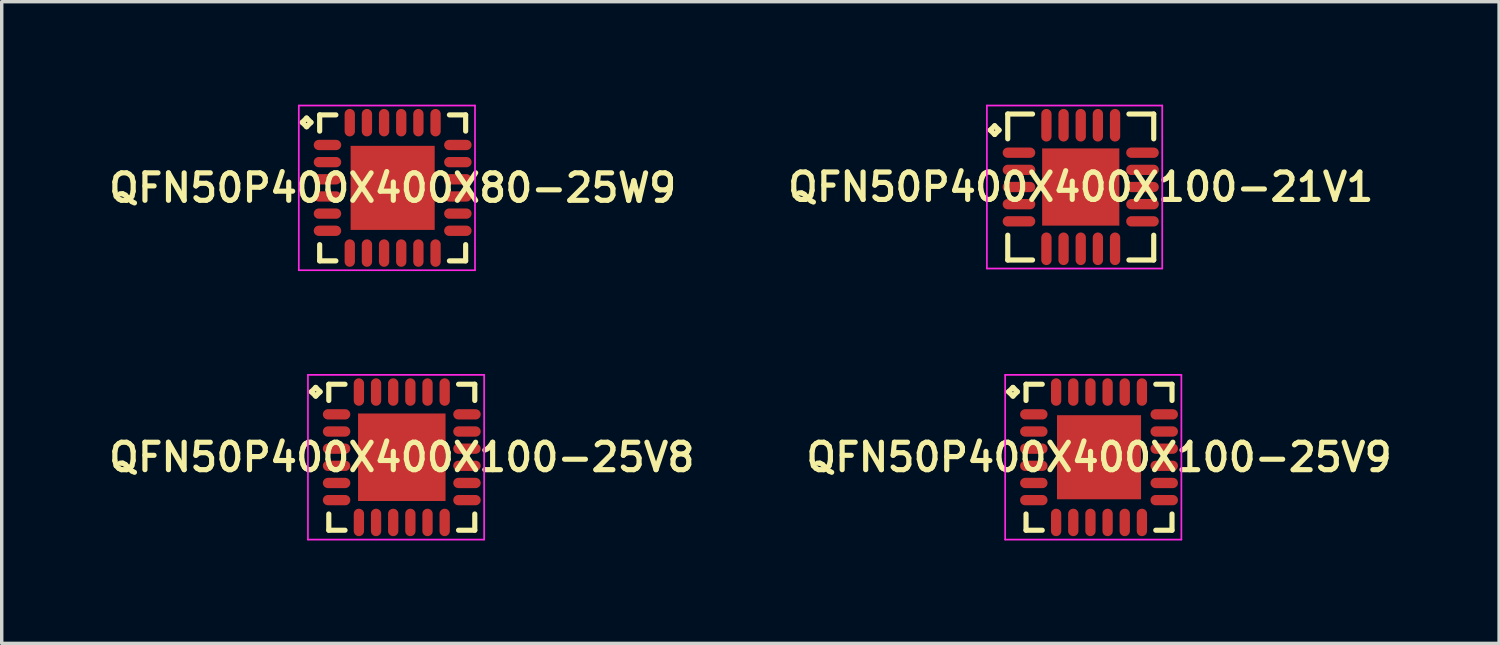
<source format=kicad_pcb>
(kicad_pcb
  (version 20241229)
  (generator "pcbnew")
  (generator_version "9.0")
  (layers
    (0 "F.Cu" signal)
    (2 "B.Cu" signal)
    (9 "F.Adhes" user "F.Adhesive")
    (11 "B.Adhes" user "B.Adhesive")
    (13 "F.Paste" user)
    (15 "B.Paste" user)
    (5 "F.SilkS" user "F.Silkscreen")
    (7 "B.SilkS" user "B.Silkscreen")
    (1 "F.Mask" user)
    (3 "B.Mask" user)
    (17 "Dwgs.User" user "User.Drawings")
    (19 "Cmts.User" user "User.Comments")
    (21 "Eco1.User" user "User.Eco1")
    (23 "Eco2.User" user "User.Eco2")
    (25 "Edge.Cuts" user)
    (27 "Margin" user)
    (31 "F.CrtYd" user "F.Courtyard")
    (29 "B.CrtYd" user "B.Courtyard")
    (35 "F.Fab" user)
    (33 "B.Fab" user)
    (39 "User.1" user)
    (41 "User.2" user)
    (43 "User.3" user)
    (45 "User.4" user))
  (footprint "QFN50P400X400X80-25W9"
    (layer "F.Cu")
    (at 8.393 2.425)
    (property "Reference" "QFN50P400X400X80-25W9" (at 0 0 0) (layer "F.SilkS") (effects (font (size 0.8 0.8) (thickness 0.15))))
    (attr smd)
    (fp_line (start -2.635 -1.908) (end -2.508 -2.035) (stroke (width 0.15) (type solid)) (layer "F.SilkS"))
    (fp_line (start -2.508 -2.035) (end -2.381 -1.908) (stroke (width 0.15) (type solid)) (layer "F.SilkS"))
    (fp_line (start -2.508 -1.781) (end -2.635 -1.908) (stroke (width 0.15) (type solid)) (layer "F.SilkS"))
    (fp_line (start -2.381 -1.908) (end -2.508 -1.781) (stroke (width 0.15) (type solid)) (layer "F.SilkS"))
    (fp_line (start -2.127 -2.127) (end -1.654 -2.127) (stroke (width 0.15) (type solid)) (layer "F.SilkS"))
    (fp_line (start -2.127 -1.654) (end -2.127 -2.127) (stroke (width 0.15) (type solid)) (layer "F.SilkS"))
    (fp_line (start -2.127 1.654) (end -2.127 2.127) (stroke (width 0.15) (type solid)) (layer "F.SilkS"))
    (fp_line (start -2.127 2.127) (end -1.654 2.127) (stroke (width 0.15) (type solid)) (layer "F.SilkS"))
    (fp_line (start 1.654 -2.127) (end 2.127 -2.127) (stroke (width 0.15) (type solid)) (layer "F.SilkS"))
    (fp_line (start 1.654 2.127) (end 2.127 2.127) (stroke (width 0.15) (type solid)) (layer "F.SilkS"))
    (fp_line (start 2.127 -2.127) (end 2.127 -1.654) (stroke (width 0.15) (type solid)) (layer "F.SilkS"))
    (fp_line (start 2.127 2.127) (end 2.127 1.654) (stroke (width 0.15) (type solid)) (layer "F.SilkS"))
    (fp_line (start -2.735 -2.4) (end 2.4 -2.4) (stroke (width 0.05) (type solid)) (layer "F.CrtYd"))
    (fp_line (start -2.735 2.4) (end -2.735 -2.4) (stroke (width 0.05) (type solid)) (layer "F.CrtYd"))
    (fp_line (start 2.4 -2.4) (end 2.4 2.4) (stroke (width 0.05) (type solid)) (layer "F.CrtYd"))
    (fp_line (start 2.4 2.4) (end -2.735 2.4) (stroke (width 0.05) (type solid)) (layer "F.CrtYd"))
    (pad "1" smd oval (at -1.9 -1.25) (size 0.8 0.3) (layers "F.Cu" "F.Mask" "F.Paste"))
    (pad "2" smd oval (at -1.9 -0.75) (size 0.8 0.3) (layers "F.Cu" "F.Mask" "F.Paste"))
    (pad "3" smd oval (at -1.9 -0.25) (size 0.8 0.3) (layers "F.Cu" "F.Mask" "F.Paste"))
    (pad "4" smd oval (at -1.9 0.25) (size 0.8 0.3) (layers "F.Cu" "F.Mask" "F.Paste"))
    (pad "5" smd oval (at -1.9 0.75) (size 0.8 0.3) (layers "F.Cu" "F.Mask" "F.Paste"))
    (pad "6" smd oval (at -1.9 1.25) (size 0.8 0.3) (layers "F.Cu" "F.Mask" "F.Paste"))
    (pad "7" smd oval (at -1.25 1.9) (size 0.3 0.8) (layers "F.Cu" "F.Mask" "F.Paste"))
    (pad "8" smd oval (at -0.75 1.9) (size 0.3 0.8) (layers "F.Cu" "F.Mask" "F.Paste"))
    (pad "9" smd oval (at -0.25 1.9) (size 0.3 0.8) (layers "F.Cu" "F.Mask" "F.Paste"))
    (pad "10" smd oval (at 0.25 1.9) (size 0.3 0.8) (layers "F.Cu" "F.Mask" "F.Paste"))
    (pad "11" smd oval (at 0.75 1.9) (size 0.3 0.8) (layers "F.Cu" "F.Mask" "F.Paste"))
    (pad "12" smd oval (at 1.25 1.9) (size 0.3 0.8) (layers "F.Cu" "F.Mask" "F.Paste"))
    (pad "13" smd oval (at 1.9 1.25) (size 0.8 0.3) (layers "F.Cu" "F.Mask" "F.Paste"))
    (pad "14" smd oval (at 1.9 0.75) (size 0.8 0.3) (layers "F.Cu" "F.Mask" "F.Paste"))
    (pad "15" smd oval (at 1.9 0.25) (size 0.8 0.3) (layers "F.Cu" "F.Mask" "F.Paste"))
    (pad "16" smd oval (at 1.9 -0.25) (size 0.8 0.3) (layers "F.Cu" "F.Mask" "F.Paste"))
    (pad "17" smd oval (at 1.9 -0.75) (size 0.8 0.3) (layers "F.Cu" "F.Mask" "F.Paste"))
    (pad "18" smd oval (at 1.9 -1.25) (size 0.8 0.3) (layers "F.Cu" "F.Mask" "F.Paste"))
    (pad "19" smd oval (at 1.25 -1.9) (size 0.3 0.8) (layers "F.Cu" "F.Mask" "F.Paste"))
    (pad "20" smd oval (at 0.75 -1.9) (size 0.3 0.8) (layers "F.Cu" "F.Mask" "F.Paste"))
    (pad "21" smd oval (at 0.25 -1.9) (size 0.3 0.8) (layers "F.Cu" "F.Mask" "F.Paste"))
    (pad "22" smd oval (at -0.25 -1.9) (size 0.3 0.8) (layers "F.Cu" "F.Mask" "F.Paste"))
    (pad "23" smd oval (at -0.75 -1.9) (size 0.3 0.8) (layers "F.Cu" "F.Mask" "F.Paste"))
    (pad "24" smd oval (at -1.25 -1.9) (size 0.3 0.8) (layers "F.Cu" "F.Mask" "F.Paste"))
    (pad "25" smd rect (at 0 0) (size 2.45 2.45) (layers "F.Cu" "F.Mask" "F.Paste")))
  (footprint "QFN50P400X400X100-25V8"
    (layer "F.Cu")
    (at 8.659 10.275)
    (property "Reference" "QFN50P400X400X100-25V8" (at 0 0 0) (layer "F.SilkS") (effects (font (size 0.8 0.8) (thickness 0.15))))
    (attr smd)
    (fp_line (start -2.635 -1.908) (end -2.508 -2.035) (stroke (width 0.15) (type solid)) (layer "F.SilkS"))
    (fp_line (start -2.508 -2.035) (end -2.381 -1.908) (stroke (width 0.15) (type solid)) (layer "F.SilkS"))
    (fp_line (start -2.508 -1.781) (end -2.635 -1.908) (stroke (width 0.15) (type solid)) (layer "F.SilkS"))
    (fp_line (start -2.381 -1.908) (end -2.508 -1.781) (stroke (width 0.15) (type solid)) (layer "F.SilkS"))
    (fp_line (start -2.127 -2.127) (end -1.654 -2.127) (stroke (width 0.15) (type solid)) (layer "F.SilkS"))
    (fp_line (start -2.127 -1.654) (end -2.127 -2.127) (stroke (width 0.15) (type solid)) (layer "F.SilkS"))
    (fp_line (start -2.127 1.654) (end -2.127 2.127) (stroke (width 0.15) (type solid)) (layer "F.SilkS"))
    (fp_line (start -2.127 2.127) (end -1.654 2.127) (stroke (width 0.15) (type solid)) (layer "F.SilkS"))
    (fp_line (start 1.654 -2.127) (end 2.127 -2.127) (stroke (width 0.15) (type solid)) (layer "F.SilkS"))
    (fp_line (start 1.654 2.127) (end 2.127 2.127) (stroke (width 0.15) (type solid)) (layer "F.SilkS"))
    (fp_line (start 2.127 -2.127) (end 2.127 -1.654) (stroke (width 0.15) (type solid)) (layer "F.SilkS"))
    (fp_line (start 2.127 2.127) (end 2.127 1.654) (stroke (width 0.15) (type solid)) (layer "F.SilkS"))
    (fp_line (start -2.735 -2.4) (end 2.4 -2.4) (stroke (width 0.05) (type solid)) (layer "F.CrtYd"))
    (fp_line (start -2.735 2.4) (end -2.735 -2.4) (stroke (width 0.05) (type solid)) (layer "F.CrtYd"))
    (fp_line (start 2.4 -2.4) (end 2.4 2.4) (stroke (width 0.05) (type solid)) (layer "F.CrtYd"))
    (fp_line (start 2.4 2.4) (end -2.735 2.4) (stroke (width 0.05) (type solid)) (layer "F.CrtYd"))
    (pad "1" smd oval (at -1.9 -1.25) (size 0.8 0.3) (layers "F.Cu" "F.Mask" "F.Paste"))
    (pad "2" smd oval (at -1.9 -0.75) (size 0.8 0.3) (layers "F.Cu" "F.Mask" "F.Paste"))
    (pad "3" smd oval (at -1.9 -0.25) (size 0.8 0.3) (layers "F.Cu" "F.Mask" "F.Paste"))
    (pad "4" smd oval (at -1.9 0.25) (size 0.8 0.3) (layers "F.Cu" "F.Mask" "F.Paste"))
    (pad "5" smd oval (at -1.9 0.75) (size 0.8 0.3) (layers "F.Cu" "F.Mask" "F.Paste"))
    (pad "6" smd oval (at -1.9 1.25) (size 0.8 0.3) (layers "F.Cu" "F.Mask" "F.Paste"))
    (pad "7" smd oval (at -1.25 1.9) (size 0.3 0.8) (layers "F.Cu" "F.Mask" "F.Paste"))
    (pad "8" smd oval (at -0.75 1.9) (size 0.3 0.8) (layers "F.Cu" "F.Mask" "F.Paste"))
    (pad "9" smd oval (at -0.25 1.9) (size 0.3 0.8) (layers "F.Cu" "F.Mask" "F.Paste"))
    (pad "10" smd oval (at 0.25 1.9) (size 0.3 0.8) (layers "F.Cu" "F.Mask" "F.Paste"))
    (pad "11" smd oval (at 0.75 1.9) (size 0.3 0.8) (layers "F.Cu" "F.Mask" "F.Paste"))
    (pad "12" smd oval (at 1.25 1.9) (size 0.3 0.8) (layers "F.Cu" "F.Mask" "F.Paste"))
    (pad "13" smd oval (at 1.9 1.25) (size 0.8 0.3) (layers "F.Cu" "F.Mask" "F.Paste"))
    (pad "14" smd oval (at 1.9 0.75) (size 0.8 0.3) (layers "F.Cu" "F.Mask" "F.Paste"))
    (pad "15" smd oval (at 1.9 0.25) (size 0.8 0.3) (layers "F.Cu" "F.Mask" "F.Paste"))
    (pad "16" smd oval (at 1.9 -0.25) (size 0.8 0.3) (layers "F.Cu" "F.Mask" "F.Paste"))
    (pad "17" smd oval (at 1.9 -0.75) (size 0.8 0.3) (layers "F.Cu" "F.Mask" "F.Paste"))
    (pad "18" smd oval (at 1.9 -1.25) (size 0.8 0.3) (layers "F.Cu" "F.Mask" "F.Paste"))
    (pad "19" smd oval (at 1.25 -1.9) (size 0.3 0.8) (layers "F.Cu" "F.Mask" "F.Paste"))
    (pad "20" smd oval (at 0.75 -1.9) (size 0.3 0.8) (layers "F.Cu" "F.Mask" "F.Paste"))
    (pad "21" smd oval (at 0.25 -1.9) (size 0.3 0.8) (layers "F.Cu" "F.Mask" "F.Paste"))
    (pad "22" smd oval (at -0.25 -1.9) (size 0.3 0.8) (layers "F.Cu" "F.Mask" "F.Paste"))
    (pad "23" smd oval (at -0.75 -1.9) (size 0.3 0.8) (layers "F.Cu" "F.Mask" "F.Paste"))
    (pad "24" smd oval (at -1.25 -1.9) (size 0.3 0.8) (layers "F.Cu" "F.Mask" "F.Paste"))
    (pad "25" smd rect (at 0 0) (size 2.55 2.55) (layers "F.Cu" "F.Mask" "F.Paste")))
  (footprint "QFN50P400X400X100-21V1"
    (layer "F.Cu")
    (at 28.445 2.4)
    (property "Reference" "QFN50P400X400X100-21V1" (at 0 0 0) (layer "F.SilkS") (effects (font (size 0.8 0.8) (thickness 0.15))))
    (attr smd)
    (fp_line (start -2.635 -1.658) (end -2.508 -1.785) (stroke (width 0.15) (type solid)) (layer "F.SilkS"))
    (fp_line (start -2.508 -1.785) (end -2.381 -1.658) (stroke (width 0.15) (type solid)) (layer "F.SilkS"))
    (fp_line (start -2.508 -1.531) (end -2.635 -1.658) (stroke (width 0.15) (type solid)) (layer "F.SilkS"))
    (fp_line (start -2.381 -1.658) (end -2.508 -1.531) (stroke (width 0.15) (type solid)) (layer "F.SilkS"))
    (fp_line (start -2.127 -2.127) (end -1.404 -2.127) (stroke (width 0.15) (type solid)) (layer "F.SilkS"))
    (fp_line (start -2.127 -1.404) (end -2.127 -2.127) (stroke (width 0.15) (type solid)) (layer "F.SilkS"))
    (fp_line (start -2.127 1.404) (end -2.127 2.127) (stroke (width 0.15) (type solid)) (layer "F.SilkS"))
    (fp_line (start -2.127 2.127) (end -1.404 2.127) (stroke (width 0.15) (type solid)) (layer "F.SilkS"))
    (fp_line (start 1.404 -2.127) (end 2.127 -2.127) (stroke (width 0.15) (type solid)) (layer "F.SilkS"))
    (fp_line (start 1.404 2.127) (end 2.127 2.127) (stroke (width 0.15) (type solid)) (layer "F.SilkS"))
    (fp_line (start 2.127 -2.127) (end 2.127 -1.404) (stroke (width 0.15) (type solid)) (layer "F.SilkS"))
    (fp_line (start 2.127 2.127) (end 2.127 1.404) (stroke (width 0.15) (type solid)) (layer "F.SilkS"))
    (fp_line (start -2.735 -2.375) (end 2.375 -2.375) (stroke (width 0.05) (type solid)) (layer "F.CrtYd"))
    (fp_line (start -2.735 2.375) (end -2.735 -2.375) (stroke (width 0.05) (type solid)) (layer "F.CrtYd"))
    (fp_line (start 2.375 -2.375) (end 2.375 2.375) (stroke (width 0.05) (type solid)) (layer "F.CrtYd"))
    (fp_line (start 2.375 2.375) (end -2.735 2.375) (stroke (width 0.05) (type solid)) (layer "F.CrtYd"))
    (pad "1" smd oval (at -1.8 -1) (size 0.95 0.3) (layers "F.Cu" "F.Mask" "F.Paste"))
    (pad "2" smd oval (at -1.8 -0.5) (size 0.95 0.3) (layers "F.Cu" "F.Mask" "F.Paste"))
    (pad "3" smd oval (at -1.8 0) (size 0.95 0.3) (layers "F.Cu" "F.Mask" "F.Paste"))
    (pad "4" smd oval (at -1.8 0.5) (size 0.95 0.3) (layers "F.Cu" "F.Mask" "F.Paste"))
    (pad "5" smd oval (at -1.8 1) (size 0.95 0.3) (layers "F.Cu" "F.Mask" "F.Paste"))
    (pad "6" smd oval (at -1 1.8) (size 0.3 0.95) (layers "F.Cu" "F.Mask" "F.Paste"))
    (pad "7" smd oval (at -0.5 1.8) (size 0.3 0.95) (layers "F.Cu" "F.Mask" "F.Paste"))
    (pad "8" smd oval (at 0 1.8) (size 0.3 0.95) (layers "F.Cu" "F.Mask" "F.Paste"))
    (pad "9" smd oval (at 0.5 1.8) (size 0.3 0.95) (layers "F.Cu" "F.Mask" "F.Paste"))
    (pad "10" smd oval (at 1 1.8) (size 0.3 0.95) (layers "F.Cu" "F.Mask" "F.Paste"))
    (pad "11" smd oval (at 1.8 1) (size 0.95 0.3) (layers "F.Cu" "F.Mask" "F.Paste"))
    (pad "12" smd oval (at 1.8 0.5) (size 0.95 0.3) (layers "F.Cu" "F.Mask" "F.Paste"))
    (pad "13" smd oval (at 1.8 0) (size 0.95 0.3) (layers "F.Cu" "F.Mask" "F.Paste"))
    (pad "14" smd oval (at 1.8 -0.5) (size 0.95 0.3) (layers "F.Cu" "F.Mask" "F.Paste"))
    (pad "15" smd oval (at 1.8 -1) (size 0.95 0.3) (layers "F.Cu" "F.Mask" "F.Paste"))
    (pad "16" smd oval (at 1 -1.8) (size 0.3 0.95) (layers "F.Cu" "F.Mask" "F.Paste"))
    (pad "17" smd oval (at 0.5 -1.8) (size 0.3 0.95) (layers "F.Cu" "F.Mask" "F.Paste"))
    (pad "18" smd oval (at 0 -1.8) (size 0.3 0.95) (layers "F.Cu" "F.Mask" "F.Paste"))
    (pad "19" smd oval (at -0.5 -1.8) (size 0.3 0.95) (layers "F.Cu" "F.Mask" "F.Paste"))
    (pad "20" smd oval (at -1 -1.8) (size 0.3 0.95) (layers "F.Cu" "F.Mask" "F.Paste"))
    (pad "21" smd rect (at 0 0) (size 2.25 2.25) (layers "F.Cu" "F.Mask" "F.Paste")))
  (footprint "QFN50P400X400X100-25V9"
    (layer "F.Cu")
    (at 28.978 10.275)
    (property "Reference" "QFN50P400X400X100-25V9" (at 0 0 0) (layer "F.SilkS") (effects (font (size 0.8 0.8) (thickness 0.15))))
    (attr smd)
    (fp_line (start -2.635 -1.908) (end -2.508 -2.035) (stroke (width 0.15) (type solid)) (layer "F.SilkS"))
    (fp_line (start -2.508 -2.035) (end -2.381 -1.908) (stroke (width 0.15) (type solid)) (layer "F.SilkS"))
    (fp_line (start -2.508 -1.781) (end -2.635 -1.908) (stroke (width 0.15) (type solid)) (layer "F.SilkS"))
    (fp_line (start -2.381 -1.908) (end -2.508 -1.781) (stroke (width 0.15) (type solid)) (layer "F.SilkS"))
    (fp_line (start -2.127 -2.127) (end -1.654 -2.127) (stroke (width 0.15) (type solid)) (layer "F.SilkS"))
    (fp_line (start -2.127 -1.654) (end -2.127 -2.127) (stroke (width 0.15) (type solid)) (layer "F.SilkS"))
    (fp_line (start -2.127 1.654) (end -2.127 2.127) (stroke (width 0.15) (type solid)) (layer "F.SilkS"))
    (fp_line (start -2.127 2.127) (end -1.654 2.127) (stroke (width 0.15) (type solid)) (layer "F.SilkS"))
    (fp_line (start 1.654 -2.127) (end 2.127 -2.127) (stroke (width 0.15) (type solid)) (layer "F.SilkS"))
    (fp_line (start 1.654 2.127) (end 2.127 2.127) (stroke (width 0.15) (type solid)) (layer "F.SilkS"))
    (fp_line (start 2.127 -2.127) (end 2.127 -1.654) (stroke (width 0.15) (type solid)) (layer "F.SilkS"))
    (fp_line (start 2.127 2.127) (end 2.127 1.654) (stroke (width 0.15) (type solid)) (layer "F.SilkS"))
    (fp_line (start -2.735 -2.4) (end 2.4 -2.4) (stroke (width 0.05) (type solid)) (layer "F.CrtYd"))
    (fp_line (start -2.735 2.4) (end -2.735 -2.4) (stroke (width 0.05) (type solid)) (layer "F.CrtYd"))
    (fp_line (start 2.4 -2.4) (end 2.4 2.4) (stroke (width 0.05) (type solid)) (layer "F.CrtYd"))
    (fp_line (start 2.4 2.4) (end -2.735 2.4) (stroke (width 0.05) (type solid)) (layer "F.CrtYd"))
    (pad "1" smd oval (at -1.9 -1.25) (size 0.8 0.3) (layers "F.Cu" "F.Mask" "F.Paste"))
    (pad "2" smd oval (at -1.9 -0.75) (size 0.8 0.3) (layers "F.Cu" "F.Mask" "F.Paste"))
    (pad "3" smd oval (at -1.9 -0.25) (size 0.8 0.3) (layers "F.Cu" "F.Mask" "F.Paste"))
    (pad "4" smd oval (at -1.9 0.25) (size 0.8 0.3) (layers "F.Cu" "F.Mask" "F.Paste"))
    (pad "5" smd oval (at -1.9 0.75) (size 0.8 0.3) (layers "F.Cu" "F.Mask" "F.Paste"))
    (pad "6" smd oval (at -1.9 1.25) (size 0.8 0.3) (layers "F.Cu" "F.Mask" "F.Paste"))
    (pad "7" smd oval (at -1.25 1.9) (size 0.3 0.8) (layers "F.Cu" "F.Mask" "F.Paste"))
    (pad "8" smd oval (at -0.75 1.9) (size 0.3 0.8) (layers "F.Cu" "F.Mask" "F.Paste"))
    (pad "9" smd oval (at -0.25 1.9) (size 0.3 0.8) (layers "F.Cu" "F.Mask" "F.Paste"))
    (pad "10" smd oval (at 0.25 1.9) (size 0.3 0.8) (layers "F.Cu" "F.Mask" "F.Paste"))
    (pad "11" smd oval (at 0.75 1.9) (size 0.3 0.8) (layers "F.Cu" "F.Mask" "F.Paste"))
    (pad "12" smd oval (at 1.25 1.9) (size 0.3 0.8) (layers "F.Cu" "F.Mask" "F.Paste"))
    (pad "13" smd oval (at 1.9 1.25) (size 0.8 0.3) (layers "F.Cu" "F.Mask" "F.Paste"))
    (pad "14" smd oval (at 1.9 0.75) (size 0.8 0.3) (layers "F.Cu" "F.Mask" "F.Paste"))
    (pad "15" smd oval (at 1.9 0.25) (size 0.8 0.3) (layers "F.Cu" "F.Mask" "F.Paste"))
    (pad "16" smd oval (at 1.9 -0.25) (size 0.8 0.3) (layers "F.Cu" "F.Mask" "F.Paste"))
    (pad "17" smd oval (at 1.9 -0.75) (size 0.8 0.3) (layers "F.Cu" "F.Mask" "F.Paste"))
    (pad "18" smd oval (at 1.9 -1.25) (size 0.8 0.3) (layers "F.Cu" "F.Mask" "F.Paste"))
    (pad "19" smd oval (at 1.25 -1.9) (size 0.3 0.8) (layers "F.Cu" "F.Mask" "F.Paste"))
    (pad "20" smd oval (at 0.75 -1.9) (size 0.3 0.8) (layers "F.Cu" "F.Mask" "F.Paste"))
    (pad "21" smd oval (at 0.25 -1.9) (size 0.3 0.8) (layers "F.Cu" "F.Mask" "F.Paste"))
    (pad "22" smd oval (at -0.25 -1.9) (size 0.3 0.8) (layers "F.Cu" "F.Mask" "F.Paste"))
    (pad "23" smd oval (at -0.75 -1.9) (size 0.3 0.8) (layers "F.Cu" "F.Mask" "F.Paste"))
    (pad "24" smd oval (at -1.25 -1.9) (size 0.3 0.8) (layers "F.Cu" "F.Mask" "F.Paste"))
    (pad "25" smd rect (at 0 0) (size 2.45 2.45) (layers "F.Cu" "F.Mask" "F.Paste")))
  (gr_rect
    (start -3 -3)
    (end 40.637 15.7)
    (stroke (width 0.1) (type default))
    (fill no)
    (layer "Edge.Cuts")))
</source>
